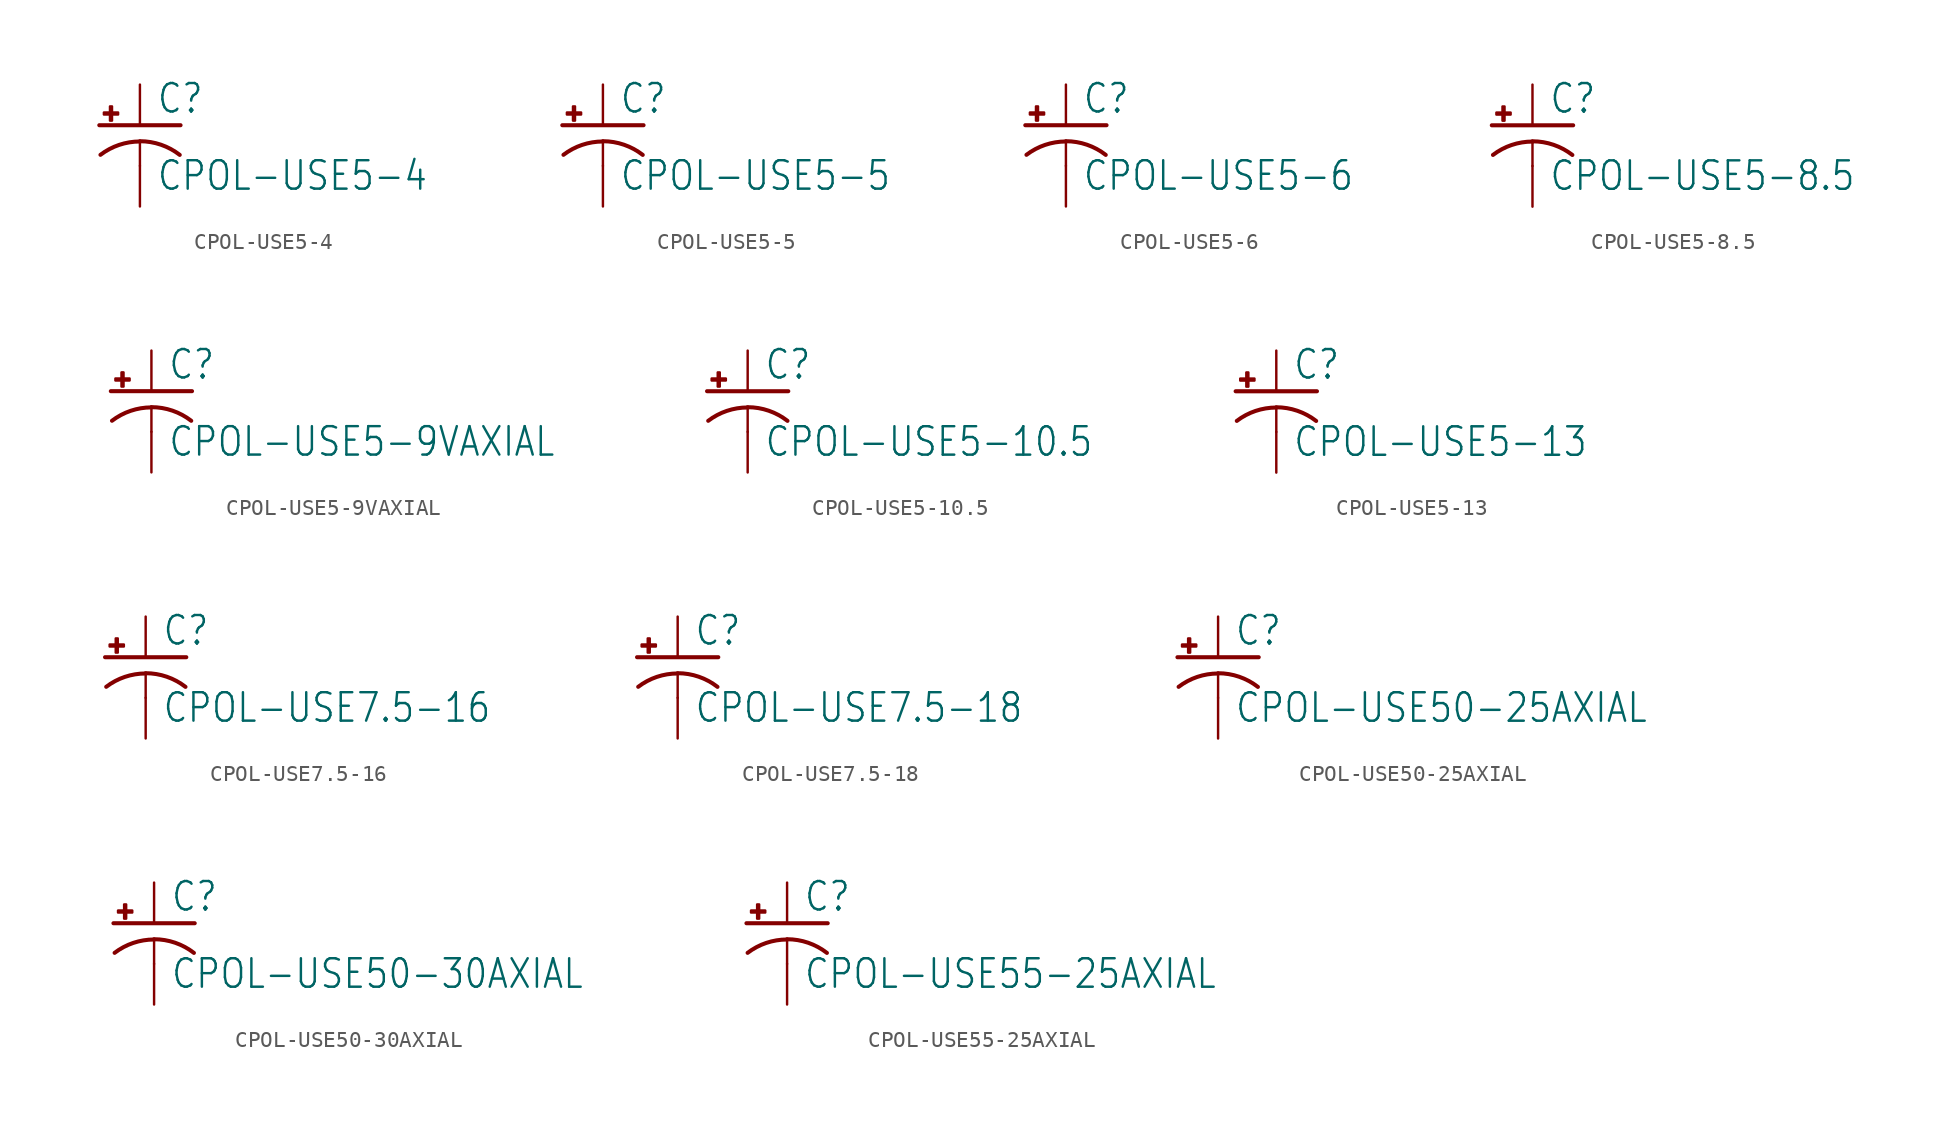
<source format=kicad_sym>
(kicad_symbol_lib
  (version 20220914)
  (generator kicad_symbol_editor)
  (symbol "CPOL-USE5-4"
    (property "Reference" "C"
      (at 1.016 0.635 0)
      (effects (font (size 1.778 1.511)) (justify left bottom)))
    (property "Value" "CPOL-USE5-4"
      (at 1.016 -4.191 0)
      (effects (font (size 1.778 1.511)) (justify left bottom)))
    (property "ki_locked" ""
      (at 0 0 0)
      (effects (font (size 1.27 1.27))))
    (symbol "CPOL-USE5-4_1_0"
      (rectangle (start -2.253 0.668) (end -1.364 0.795) (stroke (width 0) (type default)) (fill (type outline)))
      (rectangle (start -1.872 0.287) (end -1.745 1.176) (stroke (width 0) (type default)) (fill (type outline)))
      (arc (start 0 -1.0161) (mid -1.3021 -1.2302) (end -2.4669 -1.8504) (stroke (width 0.254) (type default)) (fill (type none)))
      (polyline (pts (xy -2.54 0) (xy 2.54 0)) (stroke (width 0.254) (type default)) (fill (type none)))
      (polyline (pts (xy 0 -1.016) (xy 0 -2.54)) (stroke (width 0.152) (type default)) (fill (type none)))
      (arc (start 2.4892 -1.8542) (mid 1.3158 -1.2195) (end 0 -1) (stroke (width 0.254) (type default)) (fill (type none)))
      (pin passive line (at 0 2.54 270) (length 2.54) (name "+" (effects (font (size 0 0)))) (number "+" (effects (font (size 0 0)))))
      (pin passive line (at 0 -5.08 90) (length 2.54) (name "-" (effects (font (size 0 0)))) (number "-" (effects (font (size 0 0)))))))
  (symbol "CPOL-USE5-5"
    (property "Reference" "C"
      (at 1.016 0.635 0)
      (effects (font (size 1.778 1.511)) (justify left bottom)))
    (property "Value" "CPOL-USE5-5"
      (at 1.016 -4.191 0)
      (effects (font (size 1.778 1.511)) (justify left bottom)))
    (property "ki_locked" ""
      (at 0 0 0)
      (effects (font (size 1.27 1.27))))
    (symbol "CPOL-USE5-5_1_0"
      (rectangle (start -2.253 0.668) (end -1.364 0.795) (stroke (width 0) (type default)) (fill (type outline)))
      (rectangle (start -1.872 0.287) (end -1.745 1.176) (stroke (width 0) (type default)) (fill (type outline)))
      (arc (start 0 -1.0161) (mid -1.3021 -1.2302) (end -2.4669 -1.8504) (stroke (width 0.254) (type default)) (fill (type none)))
      (polyline (pts (xy -2.54 0) (xy 2.54 0)) (stroke (width 0.254) (type default)) (fill (type none)))
      (polyline (pts (xy 0 -1.016) (xy 0 -2.54)) (stroke (width 0.152) (type default)) (fill (type none)))
      (arc (start 2.4892 -1.8542) (mid 1.3158 -1.2195) (end 0 -1) (stroke (width 0.254) (type default)) (fill (type none)))
      (pin passive line (at 0 2.54 270) (length 2.54) (name "+" (effects (font (size 0 0)))) (number "+" (effects (font (size 0 0)))))
      (pin passive line (at 0 -5.08 90) (length 2.54) (name "-" (effects (font (size 0 0)))) (number "-" (effects (font (size 0 0)))))))
  (symbol "CPOL-USE5-6"
    (property "Reference" "C"
      (at 1.016 0.635 0)
      (effects (font (size 1.778 1.511)) (justify left bottom)))
    (property "Value" "CPOL-USE5-6"
      (at 1.016 -4.191 0)
      (effects (font (size 1.778 1.511)) (justify left bottom)))
    (property "ki_locked" ""
      (at 0 0 0)
      (effects (font (size 1.27 1.27))))
    (symbol "CPOL-USE5-6_1_0"
      (rectangle (start -2.253 0.668) (end -1.364 0.795) (stroke (width 0) (type default)) (fill (type outline)))
      (rectangle (start -1.872 0.287) (end -1.745 1.176) (stroke (width 0) (type default)) (fill (type outline)))
      (arc (start 0 -1.0161) (mid -1.3021 -1.2302) (end -2.4669 -1.8504) (stroke (width 0.254) (type default)) (fill (type none)))
      (polyline (pts (xy -2.54 0) (xy 2.54 0)) (stroke (width 0.254) (type default)) (fill (type none)))
      (polyline (pts (xy 0 -1.016) (xy 0 -2.54)) (stroke (width 0.152) (type default)) (fill (type none)))
      (arc (start 2.4892 -1.8542) (mid 1.3158 -1.2195) (end 0 -1) (stroke (width 0.254) (type default)) (fill (type none)))
      (pin passive line (at 0 2.54 270) (length 2.54) (name "+" (effects (font (size 0 0)))) (number "+" (effects (font (size 0 0)))))
      (pin passive line (at 0 -5.08 90) (length 2.54) (name "-" (effects (font (size 0 0)))) (number "-" (effects (font (size 0 0)))))))
  (symbol "CPOL-USE5-8.5"
    (property "Reference" "C"
      (at 1.016 0.635 0)
      (effects (font (size 1.778 1.511)) (justify left bottom)))
    (property "Value" "CPOL-USE5-8.5"
      (at 1.016 -4.191 0)
      (effects (font (size 1.778 1.511)) (justify left bottom)))
    (property "ki_locked" ""
      (at 0 0 0)
      (effects (font (size 1.27 1.27))))
    (symbol "CPOL-USE5-8.5_1_0"
      (rectangle (start -2.253 0.668) (end -1.364 0.795) (stroke (width 0) (type default)) (fill (type outline)))
      (rectangle (start -1.872 0.287) (end -1.745 1.176) (stroke (width 0) (type default)) (fill (type outline)))
      (arc (start 0 -1.0161) (mid -1.3021 -1.2302) (end -2.4669 -1.8504) (stroke (width 0.254) (type default)) (fill (type none)))
      (polyline (pts (xy -2.54 0) (xy 2.54 0)) (stroke (width 0.254) (type default)) (fill (type none)))
      (polyline (pts (xy 0 -1.016) (xy 0 -2.54)) (stroke (width 0.152) (type default)) (fill (type none)))
      (arc (start 2.4892 -1.8542) (mid 1.3158 -1.2195) (end 0 -1) (stroke (width 0.254) (type default)) (fill (type none)))
      (pin passive line (at 0 2.54 270) (length 2.54) (name "+" (effects (font (size 0 0)))) (number "+" (effects (font (size 0 0)))))
      (pin passive line (at 0 -5.08 90) (length 2.54) (name "-" (effects (font (size 0 0)))) (number "-" (effects (font (size 0 0)))))))
  (symbol "CPOL-USE5-9VAXIAL"
    (property "Reference" "C"
      (at 1.016 0.635 0)
      (effects (font (size 1.778 1.511)) (justify left bottom)))
    (property "Value" "CPOL-USE5-9VAXIAL"
      (at 1.016 -4.191 0)
      (effects (font (size 1.778 1.511)) (justify left bottom)))
    (property "ki_locked" ""
      (at 0 0 0)
      (effects (font (size 1.27 1.27))))
    (symbol "CPOL-USE5-9VAXIAL_1_0"
      (rectangle (start -2.253 0.668) (end -1.364 0.795) (stroke (width 0) (type default)) (fill (type outline)))
      (rectangle (start -1.872 0.287) (end -1.745 1.176) (stroke (width 0) (type default)) (fill (type outline)))
      (arc (start 0 -1.0161) (mid -1.3021 -1.2302) (end -2.4669 -1.8504) (stroke (width 0.254) (type default)) (fill (type none)))
      (polyline (pts (xy -2.54 0) (xy 2.54 0)) (stroke (width 0.254) (type default)) (fill (type none)))
      (polyline (pts (xy 0 -1.016) (xy 0 -2.54)) (stroke (width 0.152) (type default)) (fill (type none)))
      (arc (start 2.4892 -1.8542) (mid 1.3158 -1.2195) (end 0 -1) (stroke (width 0.254) (type default)) (fill (type none)))
      (pin passive line (at 0 2.54 270) (length 2.54) (name "+" (effects (font (size 0 0)))) (number "+" (effects (font (size 0 0)))))
      (pin passive line (at 0 -5.08 90) (length 2.54) (name "-" (effects (font (size 0 0)))) (number "-" (effects (font (size 0 0)))))))
  (symbol "CPOL-USE5-10.5"
    (property "Reference" "C"
      (at 1.016 0.635 0)
      (effects (font (size 1.778 1.511)) (justify left bottom)))
    (property "Value" "CPOL-USE5-10.5"
      (at 1.016 -4.191 0)
      (effects (font (size 1.778 1.511)) (justify left bottom)))
    (property "ki_locked" ""
      (at 0 0 0)
      (effects (font (size 1.27 1.27))))
    (symbol "CPOL-USE5-10.5_1_0"
      (rectangle (start -2.253 0.668) (end -1.364 0.795) (stroke (width 0) (type default)) (fill (type outline)))
      (rectangle (start -1.872 0.287) (end -1.745 1.176) (stroke (width 0) (type default)) (fill (type outline)))
      (arc (start 0 -1.0161) (mid -1.3021 -1.2302) (end -2.4669 -1.8504) (stroke (width 0.254) (type default)) (fill (type none)))
      (polyline (pts (xy -2.54 0) (xy 2.54 0)) (stroke (width 0.254) (type default)) (fill (type none)))
      (polyline (pts (xy 0 -1.016) (xy 0 -2.54)) (stroke (width 0.152) (type default)) (fill (type none)))
      (arc (start 2.4892 -1.8542) (mid 1.3158 -1.2195) (end 0 -1) (stroke (width 0.254) (type default)) (fill (type none)))
      (pin passive line (at 0 2.54 270) (length 2.54) (name "+" (effects (font (size 0 0)))) (number "+" (effects (font (size 0 0)))))
      (pin passive line (at 0 -5.08 90) (length 2.54) (name "-" (effects (font (size 0 0)))) (number "-" (effects (font (size 0 0)))))))
  (symbol "CPOL-USE5-13"
    (property "Reference" "C"
      (at 1.016 0.635 0)
      (effects (font (size 1.778 1.511)) (justify left bottom)))
    (property "Value" "CPOL-USE5-13"
      (at 1.016 -4.191 0)
      (effects (font (size 1.778 1.511)) (justify left bottom)))
    (property "ki_locked" ""
      (at 0 0 0)
      (effects (font (size 1.27 1.27))))
    (symbol "CPOL-USE5-13_1_0"
      (rectangle (start -2.253 0.668) (end -1.364 0.795) (stroke (width 0) (type default)) (fill (type outline)))
      (rectangle (start -1.872 0.287) (end -1.745 1.176) (stroke (width 0) (type default)) (fill (type outline)))
      (arc (start 0 -1.0161) (mid -1.3021 -1.2302) (end -2.4669 -1.8504) (stroke (width 0.254) (type default)) (fill (type none)))
      (polyline (pts (xy -2.54 0) (xy 2.54 0)) (stroke (width 0.254) (type default)) (fill (type none)))
      (polyline (pts (xy 0 -1.016) (xy 0 -2.54)) (stroke (width 0.152) (type default)) (fill (type none)))
      (arc (start 2.4892 -1.8542) (mid 1.3158 -1.2195) (end 0 -1) (stroke (width 0.254) (type default)) (fill (type none)))
      (pin passive line (at 0 2.54 270) (length 2.54) (name "+" (effects (font (size 0 0)))) (number "+" (effects (font (size 0 0)))))
      (pin passive line (at 0 -5.08 90) (length 2.54) (name "-" (effects (font (size 0 0)))) (number "-" (effects (font (size 0 0)))))))
  (symbol "CPOL-USE7.5-16"
    (property "Reference" "C"
      (at 1.016 0.635 0)
      (effects (font (size 1.778 1.511)) (justify left bottom)))
    (property "Value" "CPOL-USE7.5-16"
      (at 1.016 -4.191 0)
      (effects (font (size 1.778 1.511)) (justify left bottom)))
    (property "ki_locked" ""
      (at 0 0 0)
      (effects (font (size 1.27 1.27))))
    (symbol "CPOL-USE7.5-16_1_0"
      (rectangle (start -2.253 0.668) (end -1.364 0.795) (stroke (width 0) (type default)) (fill (type outline)))
      (rectangle (start -1.872 0.287) (end -1.745 1.176) (stroke (width 0) (type default)) (fill (type outline)))
      (arc (start 0 -1.0161) (mid -1.3021 -1.2302) (end -2.4669 -1.8504) (stroke (width 0.254) (type default)) (fill (type none)))
      (polyline (pts (xy -2.54 0) (xy 2.54 0)) (stroke (width 0.254) (type default)) (fill (type none)))
      (polyline (pts (xy 0 -1.016) (xy 0 -2.54)) (stroke (width 0.152) (type default)) (fill (type none)))
      (arc (start 2.4892 -1.8542) (mid 1.3158 -1.2195) (end 0 -1) (stroke (width 0.254) (type default)) (fill (type none)))
      (pin passive line (at 0 2.54 270) (length 2.54) (name "+" (effects (font (size 0 0)))) (number "+" (effects (font (size 0 0)))))
      (pin passive line (at 0 -5.08 90) (length 2.54) (name "-" (effects (font (size 0 0)))) (number "-" (effects (font (size 0 0)))))))
  (symbol "CPOL-USE7.5-18"
    (property "Reference" "C"
      (at 1.016 0.635 0)
      (effects (font (size 1.778 1.511)) (justify left bottom)))
    (property "Value" "CPOL-USE7.5-18"
      (at 1.016 -4.191 0)
      (effects (font (size 1.778 1.511)) (justify left bottom)))
    (property "ki_locked" ""
      (at 0 0 0)
      (effects (font (size 1.27 1.27))))
    (symbol "CPOL-USE7.5-18_1_0"
      (rectangle (start -2.253 0.668) (end -1.364 0.795) (stroke (width 0) (type default)) (fill (type outline)))
      (rectangle (start -1.872 0.287) (end -1.745 1.176) (stroke (width 0) (type default)) (fill (type outline)))
      (arc (start 0 -1.0161) (mid -1.3021 -1.2302) (end -2.4669 -1.8504) (stroke (width 0.254) (type default)) (fill (type none)))
      (polyline (pts (xy -2.54 0) (xy 2.54 0)) (stroke (width 0.254) (type default)) (fill (type none)))
      (polyline (pts (xy 0 -1.016) (xy 0 -2.54)) (stroke (width 0.152) (type default)) (fill (type none)))
      (arc (start 2.4892 -1.8542) (mid 1.3158 -1.2195) (end 0 -1) (stroke (width 0.254) (type default)) (fill (type none)))
      (pin passive line (at 0 2.54 270) (length 2.54) (name "+" (effects (font (size 0 0)))) (number "+" (effects (font (size 0 0)))))
      (pin passive line (at 0 -5.08 90) (length 2.54) (name "-" (effects (font (size 0 0)))) (number "-" (effects (font (size 0 0)))))))
  (symbol "CPOL-USE50-25AXIAL"
    (property "Reference" "C"
      (at 1.016 0.635 0)
      (effects (font (size 1.778 1.511)) (justify left bottom)))
    (property "Value" "CPOL-USE50-25AXIAL"
      (at 1.016 -4.191 0)
      (effects (font (size 1.778 1.511)) (justify left bottom)))
    (property "ki_locked" ""
      (at 0 0 0)
      (effects (font (size 1.27 1.27))))
    (symbol "CPOL-USE50-25AXIAL_1_0"
      (rectangle (start -2.253 0.668) (end -1.364 0.795) (stroke (width 0) (type default)) (fill (type outline)))
      (rectangle (start -1.872 0.287) (end -1.745 1.176) (stroke (width 0) (type default)) (fill (type outline)))
      (arc (start 0 -1.0161) (mid -1.3021 -1.2302) (end -2.4669 -1.8504) (stroke (width 0.254) (type default)) (fill (type none)))
      (polyline (pts (xy -2.54 0) (xy 2.54 0)) (stroke (width 0.254) (type default)) (fill (type none)))
      (polyline (pts (xy 0 -1.016) (xy 0 -2.54)) (stroke (width 0.152) (type default)) (fill (type none)))
      (arc (start 2.4892 -1.8542) (mid 1.3158 -1.2195) (end 0 -1) (stroke (width 0.254) (type default)) (fill (type none)))
      (pin passive line (at 0 2.54 270) (length 2.54) (name "+" (effects (font (size 0 0)))) (number "+" (effects (font (size 0 0)))))
      (pin passive line (at 0 -5.08 90) (length 2.54) (name "-" (effects (font (size 0 0)))) (number "-" (effects (font (size 0 0)))))))
  (symbol "CPOL-USE50-30AXIAL"
    (property "Reference" "C"
      (at 1.016 0.635 0)
      (effects (font (size 1.778 1.511)) (justify left bottom)))
    (property "Value" "CPOL-USE50-30AXIAL"
      (at 1.016 -4.191 0)
      (effects (font (size 1.778 1.511)) (justify left bottom)))
    (property "ki_locked" ""
      (at 0 0 0)
      (effects (font (size 1.27 1.27))))
    (symbol "CPOL-USE50-30AXIAL_1_0"
      (rectangle (start -2.253 0.668) (end -1.364 0.795) (stroke (width 0) (type default)) (fill (type outline)))
      (rectangle (start -1.872 0.287) (end -1.745 1.176) (stroke (width 0) (type default)) (fill (type outline)))
      (arc (start 0 -1.0161) (mid -1.3021 -1.2302) (end -2.4669 -1.8504) (stroke (width 0.254) (type default)) (fill (type none)))
      (polyline (pts (xy -2.54 0) (xy 2.54 0)) (stroke (width 0.254) (type default)) (fill (type none)))
      (polyline (pts (xy 0 -1.016) (xy 0 -2.54)) (stroke (width 0.152) (type default)) (fill (type none)))
      (arc (start 2.4892 -1.8542) (mid 1.3158 -1.2195) (end 0 -1) (stroke (width 0.254) (type default)) (fill (type none)))
      (pin passive line (at 0 2.54 270) (length 2.54) (name "+" (effects (font (size 0 0)))) (number "+" (effects (font (size 0 0)))))
      (pin passive line (at 0 -5.08 90) (length 2.54) (name "-" (effects (font (size 0 0)))) (number "-" (effects (font (size 0 0)))))))
  (symbol "CPOL-USE55-25AXIAL"
    (property "Reference" "C"
      (at 1.016 0.635 0)
      (effects (font (size 1.778 1.511)) (justify left bottom)))
    (property "Value" "CPOL-USE55-25AXIAL"
      (at 1.016 -4.191 0)
      (effects (font (size 1.778 1.511)) (justify left bottom)))
    (property "ki_locked" ""
      (at 0 0 0)
      (effects (font (size 1.27 1.27))))
    (symbol "CPOL-USE55-25AXIAL_1_0"
      (rectangle (start -2.253 0.668) (end -1.364 0.795) (stroke (width 0) (type default)) (fill (type outline)))
      (rectangle (start -1.872 0.287) (end -1.745 1.176) (stroke (width 0) (type default)) (fill (type outline)))
      (arc (start 0 -1.0161) (mid -1.3021 -1.2302) (end -2.4669 -1.8504) (stroke (width 0.254) (type default)) (fill (type none)))
      (polyline (pts (xy -2.54 0) (xy 2.54 0)) (stroke (width 0.254) (type default)) (fill (type none)))
      (polyline (pts (xy 0 -1.016) (xy 0 -2.54)) (stroke (width 0.152) (type default)) (fill (type none)))
      (arc (start 2.4892 -1.8542) (mid 1.3158 -1.2195) (end 0 -1) (stroke (width 0.254) (type default)) (fill (type none)))
      (pin passive line (at 0 2.54 270) (length 2.54) (name "+" (effects (font (size 0 0)))) (number "+" (effects (font (size 0 0)))))
      (pin passive line (at 0 -5.08 90) (length 2.54) (name "-" (effects (font (size 0 0)))) (number "-" (effects (font (size 0 0))))))))
</source>
